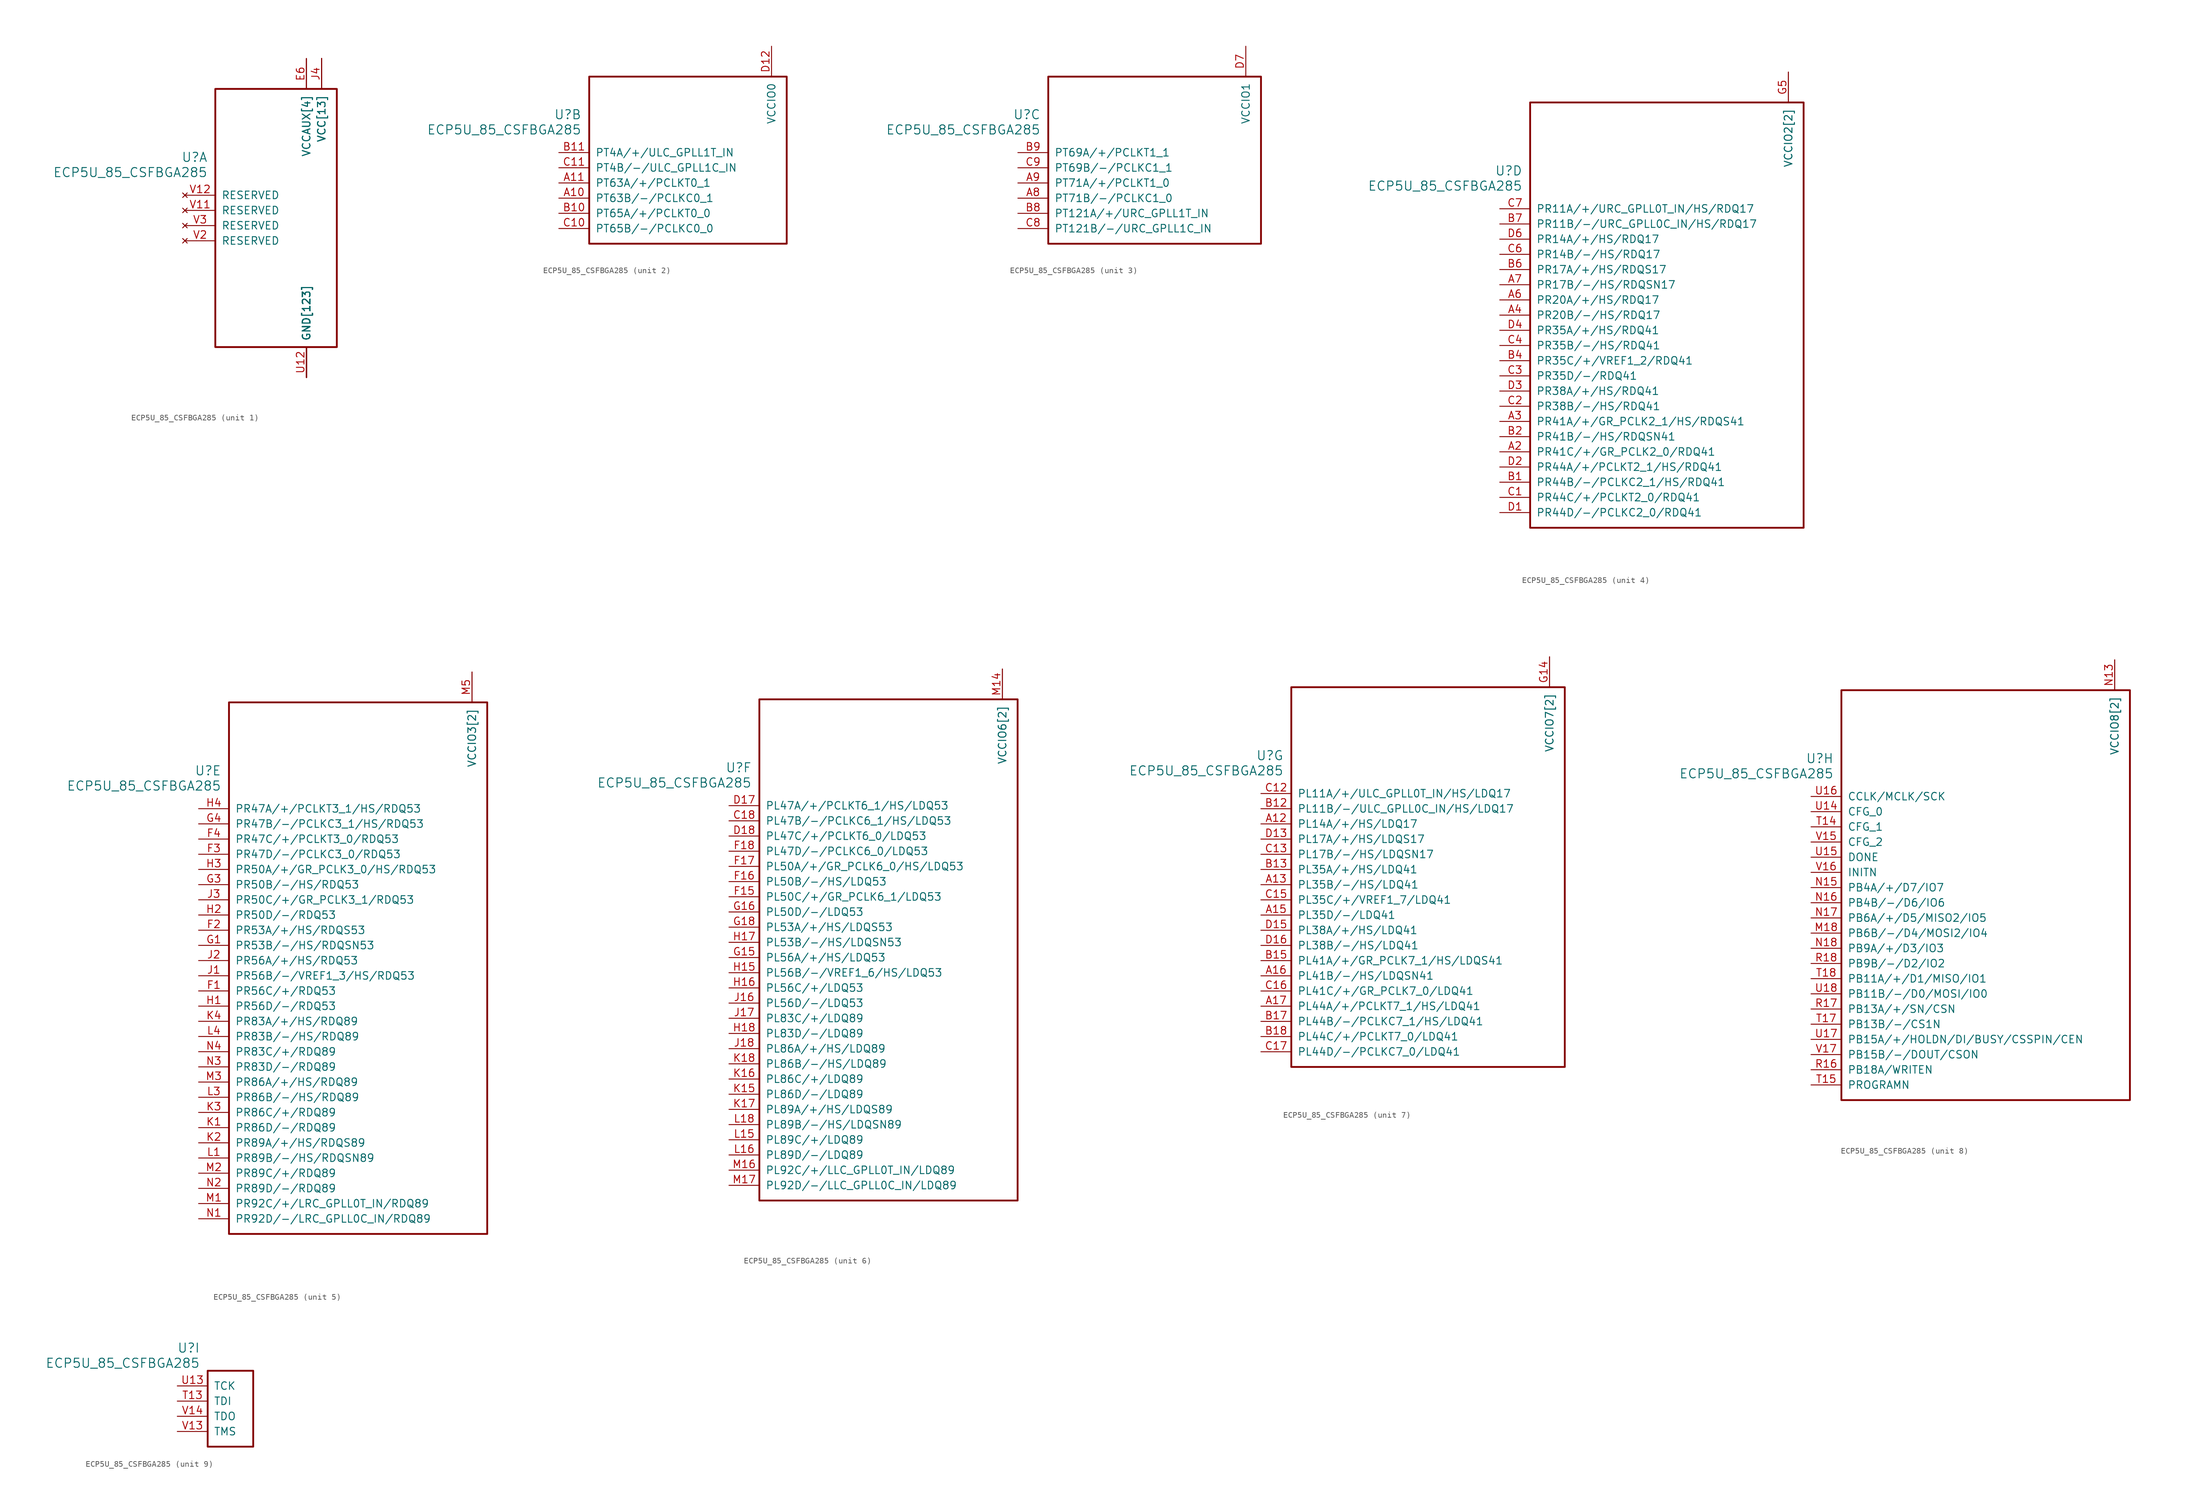
<source format=kicad_sym>
(kicad_symbol_lib
  (version 20231120)
  (generator "kicad_symbol_editor")
  (generator_version "8.0")
  (symbol "ECP5U_85_CSFBGA285"
    (pin_names
      (offset 1.016))
    (property "Reference" "U"
      (at 3.81 6.35 0)
      (effects (font (size 1.524 1.524)) (justify right)))
    (property "Value" "ECP5U_85_CSFBGA285"
      (at 3.81 3.81 0)
      (effects (font (size 1.524 1.524)) (justify right)))
    (property "ki_locked" ""
      (at 0 0 0)
      (effects (font (size 1.27 1.27))))
    (symbol "ECP5U_85_CSFBGA285_1_1"
      (rectangle (start 5.08 17.78) (end 25.4 -25.4) (stroke (width 0.305) (type default)) (fill (type none)))
      (pin power_in line (at 20.32 -30.48 90) (length 5.08) (name "GND[123]" (effects (font (size 1.27 1.27)))) (number "B16" (effects (font (size 0 0)))))
      (pin power_in line (at 20.32 -30.48 90) (length 5.08) (name "GND[123]" (effects (font (size 1.27 1.27)))) (number "B3" (effects (font (size 0 0)))))
      (pin power_in line (at 22.86 22.86 270) (length 5.08) (name "VCC[13]" (effects (font (size 1.27 1.27)))) (number "D10" (effects (font (size 0 0)))))
      (pin power_in line (at 22.86 22.86 270) (length 5.08) (name "VCC[13]" (effects (font (size 1.27 1.27)))) (number "D11" (effects (font (size 0 0)))))
      (pin power_in line (at 22.86 22.86 270) (length 5.08) (name "VCC[13]" (effects (font (size 1.27 1.27)))) (number "D8" (effects (font (size 0 0)))))
      (pin power_in line (at 22.86 22.86 270) (length 5.08) (name "VCC[13]" (effects (font (size 1.27 1.27)))) (number "D9" (effects (font (size 0 0)))))
      (pin power_in line (at 20.32 -30.48 90) (length 5.08) (name "GND[123]" (effects (font (size 1.27 1.27)))) (number "E10" (effects (font (size 0 0)))))
      (pin power_in line (at 20.32 -30.48 90) (length 5.08) (name "GND[123]" (effects (font (size 1.27 1.27)))) (number "E11" (effects (font (size 0 0)))))
      (pin power_in line (at 20.32 -30.48 90) (length 5.08) (name "GND[123]" (effects (font (size 1.27 1.27)))) (number "E12" (effects (font (size 0 0)))))
      (pin power_in line (at 20.32 22.86 270) (length 5.08) (name "VCCAUX[4]" (effects (font (size 1.27 1.27)))) (number "E13" (effects (font (size 0 0)))))
      (pin power_in line (at 20.32 -30.48 90) (length 5.08) (name "GND[123]" (effects (font (size 1.27 1.27)))) (number "E14" (effects (font (size 0 0)))))
      (pin power_in line (at 20.32 -30.48 90) (length 5.08) (name "GND[123]" (effects (font (size 1.27 1.27)))) (number "E5" (effects (font (size 0 0)))))
      (pin power_in line (at 20.32 22.86 270) (length 5.08) (name "VCCAUX[4]" (effects (font (size 1.27 1.27)))) (number "E6" (effects (font (size 1.27 1.27)))))
      (pin power_in line (at 20.32 -30.48 90) (length 5.08) (name "GND[123]" (effects (font (size 1.27 1.27)))) (number "E7" (effects (font (size 0 0)))))
      (pin power_in line (at 20.32 -30.48 90) (length 5.08) (name "GND[123]" (effects (font (size 1.27 1.27)))) (number "E8" (effects (font (size 0 0)))))
      (pin power_in line (at 20.32 -30.48 90) (length 5.08) (name "GND[123]" (effects (font (size 1.27 1.27)))) (number "E9" (effects (font (size 0 0)))))
      (pin power_in line (at 20.32 -30.48 90) (length 5.08) (name "GND[123]" (effects (font (size 1.27 1.27)))) (number "F10" (effects (font (size 0 0)))))
      (pin power_in line (at 20.32 -30.48 90) (length 5.08) (name "GND[123]" (effects (font (size 1.27 1.27)))) (number "F11" (effects (font (size 0 0)))))
      (pin power_in line (at 20.32 -30.48 90) (length 5.08) (name "GND[123]" (effects (font (size 1.27 1.27)))) (number "F12" (effects (font (size 0 0)))))
      (pin power_in line (at 20.32 -30.48 90) (length 5.08) (name "GND[123]" (effects (font (size 1.27 1.27)))) (number "F13" (effects (font (size 0 0)))))
      (pin power_in line (at 20.32 -30.48 90) (length 5.08) (name "GND[123]" (effects (font (size 1.27 1.27)))) (number "F14" (effects (font (size 0 0)))))
      (pin power_in line (at 20.32 -30.48 90) (length 5.08) (name "GND[123]" (effects (font (size 1.27 1.27)))) (number "F5" (effects (font (size 0 0)))))
      (pin power_in line (at 20.32 -30.48 90) (length 5.08) (name "GND[123]" (effects (font (size 1.27 1.27)))) (number "F6" (effects (font (size 0 0)))))
      (pin power_in line (at 20.32 -30.48 90) (length 5.08) (name "GND[123]" (effects (font (size 1.27 1.27)))) (number "F7" (effects (font (size 0 0)))))
      (pin power_in line (at 20.32 -30.48 90) (length 5.08) (name "GND[123]" (effects (font (size 1.27 1.27)))) (number "F8" (effects (font (size 0 0)))))
      (pin power_in line (at 20.32 -30.48 90) (length 5.08) (name "GND[123]" (effects (font (size 1.27 1.27)))) (number "F9" (effects (font (size 0 0)))))
      (pin power_in line (at 20.32 -30.48 90) (length 5.08) (name "GND[123]" (effects (font (size 1.27 1.27)))) (number "G10" (effects (font (size 0 0)))))
      (pin power_in line (at 20.32 -30.48 90) (length 5.08) (name "GND[123]" (effects (font (size 1.27 1.27)))) (number "G11" (effects (font (size 0 0)))))
      (pin power_in line (at 20.32 -30.48 90) (length 5.08) (name "GND[123]" (effects (font (size 1.27 1.27)))) (number "G12" (effects (font (size 0 0)))))
      (pin power_in line (at 20.32 -30.48 90) (length 5.08) (name "GND[123]" (effects (font (size 1.27 1.27)))) (number "G13" (effects (font (size 0 0)))))
      (pin power_in line (at 20.32 -30.48 90) (length 5.08) (name "GND[123]" (effects (font (size 1.27 1.27)))) (number "G17" (effects (font (size 0 0)))))
      (pin power_in line (at 20.32 -30.48 90) (length 5.08) (name "GND[123]" (effects (font (size 1.27 1.27)))) (number "G2" (effects (font (size 0 0)))))
      (pin power_in line (at 20.32 -30.48 90) (length 5.08) (name "GND[123]" (effects (font (size 1.27 1.27)))) (number "G6" (effects (font (size 0 0)))))
      (pin power_in line (at 20.32 -30.48 90) (length 5.08) (name "GND[123]" (effects (font (size 1.27 1.27)))) (number "G7" (effects (font (size 0 0)))))
      (pin power_in line (at 20.32 -30.48 90) (length 5.08) (name "GND[123]" (effects (font (size 1.27 1.27)))) (number "G8" (effects (font (size 0 0)))))
      (pin power_in line (at 20.32 -30.48 90) (length 5.08) (name "GND[123]" (effects (font (size 1.27 1.27)))) (number "G9" (effects (font (size 0 0)))))
      (pin power_in line (at 20.32 -30.48 90) (length 5.08) (name "GND[123]" (effects (font (size 1.27 1.27)))) (number "H10" (effects (font (size 0 0)))))
      (pin power_in line (at 20.32 -30.48 90) (length 5.08) (name "GND[123]" (effects (font (size 1.27 1.27)))) (number "H11" (effects (font (size 0 0)))))
      (pin power_in line (at 20.32 -30.48 90) (length 5.08) (name "GND[123]" (effects (font (size 1.27 1.27)))) (number "H12" (effects (font (size 0 0)))))
      (pin power_in line (at 20.32 -30.48 90) (length 5.08) (name "GND[123]" (effects (font (size 1.27 1.27)))) (number "H13" (effects (font (size 0 0)))))
      (pin power_in line (at 20.32 -30.48 90) (length 5.08) (name "GND[123]" (effects (font (size 1.27 1.27)))) (number "H6" (effects (font (size 0 0)))))
      (pin power_in line (at 20.32 -30.48 90) (length 5.08) (name "GND[123]" (effects (font (size 1.27 1.27)))) (number "H7" (effects (font (size 0 0)))))
      (pin power_in line (at 20.32 -30.48 90) (length 5.08) (name "GND[123]" (effects (font (size 1.27 1.27)))) (number "H8" (effects (font (size 0 0)))))
      (pin power_in line (at 20.32 -30.48 90) (length 5.08) (name "GND[123]" (effects (font (size 1.27 1.27)))) (number "H9" (effects (font (size 0 0)))))
      (pin power_in line (at 20.32 -30.48 90) (length 5.08) (name "GND[123]" (effects (font (size 1.27 1.27)))) (number "J10" (effects (font (size 0 0)))))
      (pin power_in line (at 20.32 -30.48 90) (length 5.08) (name "GND[123]" (effects (font (size 1.27 1.27)))) (number "J11" (effects (font (size 0 0)))))
      (pin power_in line (at 20.32 -30.48 90) (length 5.08) (name "GND[123]" (effects (font (size 1.27 1.27)))) (number "J12" (effects (font (size 0 0)))))
      (pin power_in line (at 20.32 -30.48 90) (length 5.08) (name "GND[123]" (effects (font (size 1.27 1.27)))) (number "J13" (effects (font (size 0 0)))))
      (pin power_in line (at 22.86 22.86 270) (length 5.08) (name "VCC[13]" (effects (font (size 1.27 1.27)))) (number "J14" (effects (font (size 0 0)))))
      (pin power_in line (at 22.86 22.86 270) (length 5.08) (name "VCC[13]" (effects (font (size 1.27 1.27)))) (number "J15" (effects (font (size 0 0)))))
      (pin power_in line (at 22.86 22.86 270) (length 5.08) (name "VCC[13]" (effects (font (size 1.27 1.27)))) (number "J4" (effects (font (size 1.27 1.27)))))
      (pin power_in line (at 22.86 22.86 270) (length 5.08) (name "VCC[13]" (effects (font (size 1.27 1.27)))) (number "J5" (effects (font (size 0 0)))))
      (pin power_in line (at 20.32 -30.48 90) (length 5.08) (name "GND[123]" (effects (font (size 1.27 1.27)))) (number "J6" (effects (font (size 0 0)))))
      (pin power_in line (at 20.32 -30.48 90) (length 5.08) (name "GND[123]" (effects (font (size 1.27 1.27)))) (number "J7" (effects (font (size 0 0)))))
      (pin power_in line (at 20.32 -30.48 90) (length 5.08) (name "GND[123]" (effects (font (size 1.27 1.27)))) (number "J8" (effects (font (size 0 0)))))
      (pin power_in line (at 20.32 -30.48 90) (length 5.08) (name "GND[123]" (effects (font (size 1.27 1.27)))) (number "J9" (effects (font (size 0 0)))))
      (pin power_in line (at 20.32 -30.48 90) (length 5.08) (name "GND[123]" (effects (font (size 1.27 1.27)))) (number "K10" (effects (font (size 0 0)))))
      (pin power_in line (at 20.32 -30.48 90) (length 5.08) (name "GND[123]" (effects (font (size 1.27 1.27)))) (number "K11" (effects (font (size 0 0)))))
      (pin power_in line (at 20.32 -30.48 90) (length 5.08) (name "GND[123]" (effects (font (size 1.27 1.27)))) (number "K12" (effects (font (size 0 0)))))
      (pin power_in line (at 20.32 -30.48 90) (length 5.08) (name "GND[123]" (effects (font (size 1.27 1.27)))) (number "K13" (effects (font (size 0 0)))))
      (pin power_in line (at 20.32 -30.48 90) (length 5.08) (name "GND[123]" (effects (font (size 1.27 1.27)))) (number "K14" (effects (font (size 0 0)))))
      (pin power_in line (at 20.32 -30.48 90) (length 5.08) (name "GND[123]" (effects (font (size 1.27 1.27)))) (number "K5" (effects (font (size 0 0)))))
      (pin power_in line (at 20.32 -30.48 90) (length 5.08) (name "GND[123]" (effects (font (size 1.27 1.27)))) (number "K6" (effects (font (size 0 0)))))
      (pin power_in line (at 20.32 -30.48 90) (length 5.08) (name "GND[123]" (effects (font (size 1.27 1.27)))) (number "K7" (effects (font (size 0 0)))))
      (pin power_in line (at 20.32 -30.48 90) (length 5.08) (name "GND[123]" (effects (font (size 1.27 1.27)))) (number "K8" (effects (font (size 0 0)))))
      (pin power_in line (at 20.32 -30.48 90) (length 5.08) (name "GND[123]" (effects (font (size 1.27 1.27)))) (number "K9" (effects (font (size 0 0)))))
      (pin power_in line (at 20.32 -30.48 90) (length 5.08) (name "GND[123]" (effects (font (size 1.27 1.27)))) (number "L10" (effects (font (size 0 0)))))
      (pin power_in line (at 20.32 -30.48 90) (length 5.08) (name "GND[123]" (effects (font (size 1.27 1.27)))) (number "L11" (effects (font (size 0 0)))))
      (pin power_in line (at 20.32 -30.48 90) (length 5.08) (name "GND[123]" (effects (font (size 1.27 1.27)))) (number "L12" (effects (font (size 0 0)))))
      (pin power_in line (at 20.32 -30.48 90) (length 5.08) (name "GND[123]" (effects (font (size 1.27 1.27)))) (number "L13" (effects (font (size 0 0)))))
      (pin power_in line (at 20.32 -30.48 90) (length 5.08) (name "GND[123]" (effects (font (size 1.27 1.27)))) (number "L14" (effects (font (size 0 0)))))
      (pin power_in line (at 20.32 -30.48 90) (length 5.08) (name "GND[123]" (effects (font (size 1.27 1.27)))) (number "L17" (effects (font (size 0 0)))))
      (pin power_in line (at 20.32 -30.48 90) (length 5.08) (name "GND[123]" (effects (font (size 1.27 1.27)))) (number "L2" (effects (font (size 0 0)))))
      (pin power_in line (at 20.32 -30.48 90) (length 5.08) (name "GND[123]" (effects (font (size 1.27 1.27)))) (number "L5" (effects (font (size 0 0)))))
      (pin power_in line (at 20.32 -30.48 90) (length 5.08) (name "GND[123]" (effects (font (size 1.27 1.27)))) (number "L6" (effects (font (size 0 0)))))
      (pin power_in line (at 20.32 -30.48 90) (length 5.08) (name "GND[123]" (effects (font (size 1.27 1.27)))) (number "L7" (effects (font (size 0 0)))))
      (pin power_in line (at 20.32 -30.48 90) (length 5.08) (name "GND[123]" (effects (font (size 1.27 1.27)))) (number "L8" (effects (font (size 0 0)))))
      (pin power_in line (at 20.32 -30.48 90) (length 5.08) (name "GND[123]" (effects (font (size 1.27 1.27)))) (number "L9" (effects (font (size 0 0)))))
      (pin power_in line (at 20.32 -30.48 90) (length 5.08) (name "GND[123]" (effects (font (size 1.27 1.27)))) (number "M10" (effects (font (size 0 0)))))
      (pin power_in line (at 20.32 -30.48 90) (length 5.08) (name "GND[123]" (effects (font (size 1.27 1.27)))) (number "M11" (effects (font (size 0 0)))))
      (pin power_in line (at 20.32 -30.48 90) (length 5.08) (name "GND[123]" (effects (font (size 1.27 1.27)))) (number "M12" (effects (font (size 0 0)))))
      (pin power_in line (at 20.32 -30.48 90) (length 5.08) (name "GND[123]" (effects (font (size 1.27 1.27)))) (number "M13" (effects (font (size 0 0)))))
      (pin power_in line (at 22.86 22.86 270) (length 5.08) (name "VCC[13]" (effects (font (size 1.27 1.27)))) (number "M15" (effects (font (size 0 0)))))
      (pin power_in line (at 22.86 22.86 270) (length 5.08) (name "VCC[13]" (effects (font (size 1.27 1.27)))) (number "M4" (effects (font (size 0 0)))))
      (pin power_in line (at 20.32 -30.48 90) (length 5.08) (name "GND[123]" (effects (font (size 1.27 1.27)))) (number "M6" (effects (font (size 0 0)))))
      (pin power_in line (at 20.32 -30.48 90) (length 5.08) (name "GND[123]" (effects (font (size 1.27 1.27)))) (number "M7" (effects (font (size 0 0)))))
      (pin power_in line (at 20.32 -30.48 90) (length 5.08) (name "GND[123]" (effects (font (size 1.27 1.27)))) (number "M8" (effects (font (size 0 0)))))
      (pin power_in line (at 20.32 -30.48 90) (length 5.08) (name "GND[123]" (effects (font (size 1.27 1.27)))) (number "M9" (effects (font (size 0 0)))))
      (pin power_in line (at 20.32 -30.48 90) (length 5.08) (name "GND[123]" (effects (font (size 1.27 1.27)))) (number "N10" (effects (font (size 0 0)))))
      (pin power_in line (at 20.32 -30.48 90) (length 5.08) (name "GND[123]" (effects (font (size 1.27 1.27)))) (number "N11" (effects (font (size 0 0)))))
      (pin power_in line (at 20.32 -30.48 90) (length 5.08) (name "GND[123]" (effects (font (size 1.27 1.27)))) (number "N12" (effects (font (size 0 0)))))
      (pin power_in line (at 20.32 22.86 270) (length 5.08) (name "VCCAUX[4]" (effects (font (size 1.27 1.27)))) (number "N6" (effects (font (size 0 0)))))
      (pin power_in line (at 20.32 -30.48 90) (length 5.08) (name "GND[123]" (effects (font (size 1.27 1.27)))) (number "N7" (effects (font (size 0 0)))))
      (pin power_in line (at 20.32 -30.48 90) (length 5.08) (name "GND[123]" (effects (font (size 1.27 1.27)))) (number "N8" (effects (font (size 0 0)))))
      (pin power_in line (at 20.32 -30.48 90) (length 5.08) (name "GND[123]" (effects (font (size 1.27 1.27)))) (number "N9" (effects (font (size 0 0)))))
      (pin power_in line (at 20.32 -30.48 90) (length 5.08) (name "GND[123]" (effects (font (size 1.27 1.27)))) (number "P10" (effects (font (size 0 0)))))
      (pin power_in line (at 22.86 22.86 270) (length 5.08) (name "VCC[13]" (effects (font (size 1.27 1.27)))) (number "P11" (effects (font (size 0 0)))))
      (pin power_in line (at 20.32 -30.48 90) (length 5.08) (name "GND[123]" (effects (font (size 1.27 1.27)))) (number "P12" (effects (font (size 0 0)))))
      (pin power_in line (at 20.32 22.86 270) (length 5.08) (name "VCCAUX[4]" (effects (font (size 1.27 1.27)))) (number "P13" (effects (font (size 0 0)))))
      (pin power_in line (at 20.32 -30.48 90) (length 5.08) (name "GND[123]" (effects (font (size 1.27 1.27)))) (number "P5" (effects (font (size 0 0)))))
      (pin power_in line (at 20.32 -30.48 90) (length 5.08) (name "GND[123]" (effects (font (size 1.27 1.27)))) (number "P6" (effects (font (size 0 0)))))
      (pin power_in line (at 22.86 22.86 270) (length 5.08) (name "VCC[13]" (effects (font (size 1.27 1.27)))) (number "P7" (effects (font (size 0 0)))))
      (pin power_in line (at 20.32 -30.48 90) (length 5.08) (name "GND[123]" (effects (font (size 1.27 1.27)))) (number "P8" (effects (font (size 0 0)))))
      (pin power_in line (at 22.86 22.86 270) (length 5.08) (name "VCC[13]" (effects (font (size 1.27 1.27)))) (number "P9" (effects (font (size 0 0)))))
      (pin power_in line (at 20.32 -30.48 90) (length 5.08) (name "GND[123]" (effects (font (size 1.27 1.27)))) (number "R1" (effects (font (size 0 0)))))
      (pin power_in line (at 20.32 -30.48 90) (length 5.08) (name "GND[123]" (effects (font (size 1.27 1.27)))) (number "R10" (effects (font (size 0 0)))))
      (pin power_in line (at 20.32 -30.48 90) (length 5.08) (name "GND[123]" (effects (font (size 1.27 1.27)))) (number "R2" (effects (font (size 0 0)))))
      (pin power_in line (at 20.32 -30.48 90) (length 5.08) (name "GND[123]" (effects (font (size 1.27 1.27)))) (number "R3" (effects (font (size 0 0)))))
      (pin power_in line (at 20.32 -30.48 90) (length 5.08) (name "GND[123]" (effects (font (size 1.27 1.27)))) (number "T1" (effects (font (size 0 0)))))
      (pin power_in line (at 20.32 -30.48 90) (length 5.08) (name "GND[123]" (effects (font (size 1.27 1.27)))) (number "T10" (effects (font (size 0 0)))))
      (pin power_in line (at 20.32 -30.48 90) (length 5.08) (name "GND[123]" (effects (font (size 1.27 1.27)))) (number "T11" (effects (font (size 0 0)))))
      (pin power_in line (at 20.32 -30.48 90) (length 5.08) (name "GND[123]" (effects (font (size 1.27 1.27)))) (number "T12" (effects (font (size 0 0)))))
      (pin power_in line (at 20.32 -30.48 90) (length 5.08) (name "GND[123]" (effects (font (size 1.27 1.27)))) (number "T16" (effects (font (size 0 0)))))
      (pin power_in line (at 20.32 -30.48 90) (length 5.08) (name "GND[123]" (effects (font (size 1.27 1.27)))) (number "T2" (effects (font (size 0 0)))))
      (pin power_in line (at 20.32 -30.48 90) (length 5.08) (name "GND[123]" (effects (font (size 1.27 1.27)))) (number "T3" (effects (font (size 0 0)))))
      (pin power_in line (at 20.32 -30.48 90) (length 5.08) (name "GND[123]" (effects (font (size 1.27 1.27)))) (number "T4" (effects (font (size 0 0)))))
      (pin power_in line (at 20.32 -30.48 90) (length 5.08) (name "GND[123]" (effects (font (size 1.27 1.27)))) (number "T5" (effects (font (size 0 0)))))
      (pin power_in line (at 20.32 -30.48 90) (length 5.08) (name "GND[123]" (effects (font (size 1.27 1.27)))) (number "T6" (effects (font (size 0 0)))))
      (pin power_in line (at 20.32 -30.48 90) (length 5.08) (name "GND[123]" (effects (font (size 1.27 1.27)))) (number "T7" (effects (font (size 0 0)))))
      (pin power_in line (at 20.32 -30.48 90) (length 5.08) (name "GND[123]" (effects (font (size 1.27 1.27)))) (number "T8" (effects (font (size 0 0)))))
      (pin power_in line (at 20.32 -30.48 90) (length 5.08) (name "GND[123]" (effects (font (size 1.27 1.27)))) (number "T9" (effects (font (size 0 0)))))
      (pin power_in line (at 20.32 -30.48 90) (length 5.08) (name "GND[123]" (effects (font (size 1.27 1.27)))) (number "U1" (effects (font (size 0 0)))))
      (pin power_in line (at 20.32 -30.48 90) (length 5.08) (name "GND[123]" (effects (font (size 1.27 1.27)))) (number "U10" (effects (font (size 0 0)))))
      (pin power_in line (at 20.32 -30.48 90) (length 5.08) (name "GND[123]" (effects (font (size 1.27 1.27)))) (number "U11" (effects (font (size 0 0)))))
      (pin power_in line (at 20.32 -30.48 90) (length 5.08) (name "GND[123]" (effects (font (size 1.27 1.27)))) (number "U12" (effects (font (size 1.27 1.27)))))
      (pin power_in line (at 20.32 -30.48 90) (length 5.08) (name "GND[123]" (effects (font (size 1.27 1.27)))) (number "U2" (effects (font (size 0 0)))))
      (pin power_in line (at 20.32 -30.48 90) (length 5.08) (name "GND[123]" (effects (font (size 1.27 1.27)))) (number "U3" (effects (font (size 0 0)))))
      (pin power_in line (at 20.32 -30.48 90) (length 5.08) (name "GND[123]" (effects (font (size 1.27 1.27)))) (number "U4" (effects (font (size 0 0)))))
      (pin power_in line (at 20.32 -30.48 90) (length 5.08) (name "GND[123]" (effects (font (size 1.27 1.27)))) (number "U5" (effects (font (size 0 0)))))
      (pin power_in line (at 20.32 -30.48 90) (length 5.08) (name "GND[123]" (effects (font (size 1.27 1.27)))) (number "U6" (effects (font (size 0 0)))))
      (pin power_in line (at 20.32 -30.48 90) (length 5.08) (name "GND[123]" (effects (font (size 1.27 1.27)))) (number "U7" (effects (font (size 0 0)))))
      (pin power_in line (at 20.32 -30.48 90) (length 5.08) (name "GND[123]" (effects (font (size 1.27 1.27)))) (number "U8" (effects (font (size 0 0)))))
      (pin power_in line (at 20.32 -30.48 90) (length 5.08) (name "GND[123]" (effects (font (size 1.27 1.27)))) (number "U9" (effects (font (size 0 0)))))
      (pin power_in line (at 20.32 -30.48 90) (length 5.08) (name "GND[123]" (effects (font (size 1.27 1.27)))) (number "V10" (effects (font (size 0 0)))))
      (pin no_connect line (at 0 -2.54 0) (length 5.08) (name "RESERVED" (effects (font (size 1.27 1.27)))) (number "V11" (effects (font (size 1.27 1.27)))))
      (pin no_connect line (at 0 0 0) (length 5.08) (name "RESERVED" (effects (font (size 1.27 1.27)))) (number "V12" (effects (font (size 1.27 1.27)))))
      (pin no_connect line (at 0 -7.62 0) (length 5.08) (name "RESERVED" (effects (font (size 1.27 1.27)))) (number "V2" (effects (font (size 1.27 1.27)))))
      (pin no_connect line (at 0 -5.08 0) (length 5.08) (name "RESERVED" (effects (font (size 1.27 1.27)))) (number "V3" (effects (font (size 1.27 1.27)))))
      (pin power_in line (at 20.32 -30.48 90) (length 5.08) (name "GND[123]" (effects (font (size 1.27 1.27)))) (number "V4" (effects (font (size 0 0)))))
      (pin power_in line (at 20.32 -30.48 90) (length 5.08) (name "GND[123]" (effects (font (size 1.27 1.27)))) (number "V5" (effects (font (size 0 0)))))
      (pin power_in line (at 20.32 -30.48 90) (length 5.08) (name "GND[123]" (effects (font (size 1.27 1.27)))) (number "V6" (effects (font (size 0 0)))))
      (pin power_in line (at 20.32 -30.48 90) (length 5.08) (name "GND[123]" (effects (font (size 1.27 1.27)))) (number "V7" (effects (font (size 0 0)))))
      (pin power_in line (at 20.32 -30.48 90) (length 5.08) (name "GND[123]" (effects (font (size 1.27 1.27)))) (number "V8" (effects (font (size 0 0)))))
      (pin power_in line (at 20.32 -30.48 90) (length 5.08) (name "GND[123]" (effects (font (size 1.27 1.27)))) (number "V9" (effects (font (size 0 0))))))
    (symbol "ECP5U_85_CSFBGA285_2_1"
      (rectangle (start 5.08 12.7) (end 38.1 -15.24) (stroke (width 0.305) (type default)) (fill (type none)))
      (pin bidirectional line (at 0 -7.62 0) (length 5.08) (name "PT63B/-/PCLKC0_1" (effects (font (size 1.27 1.27)))) (number "A10" (effects (font (size 1.27 1.27)))))
      (pin bidirectional line (at 0 -5.08 0) (length 5.08) (name "PT63A/+/PCLKT0_1" (effects (font (size 1.27 1.27)))) (number "A11" (effects (font (size 1.27 1.27)))))
      (pin bidirectional line (at 0 -10.16 0) (length 5.08) (name "PT65A/+/PCLKT0_0" (effects (font (size 1.27 1.27)))) (number "B10" (effects (font (size 1.27 1.27)))))
      (pin bidirectional line (at 0 0 0) (length 5.08) (name "PT4A/+/ULC_GPLL1T_IN" (effects (font (size 1.27 1.27)))) (number "B11" (effects (font (size 1.27 1.27)))))
      (pin bidirectional line (at 0 -12.7 0) (length 5.08) (name "PT65B/-/PCLKC0_0" (effects (font (size 1.27 1.27)))) (number "C10" (effects (font (size 1.27 1.27)))))
      (pin bidirectional line (at 0 -2.54 0) (length 5.08) (name "PT4B/-/ULC_GPLL1C_IN" (effects (font (size 1.27 1.27)))) (number "C11" (effects (font (size 1.27 1.27)))))
      (pin power_in line (at 35.56 17.78 270) (length 5.08) (name "VCCIO0" (effects (font (size 1.27 1.27)))) (number "D12" (effects (font (size 1.27 1.27))))))
    (symbol "ECP5U_85_CSFBGA285_3_1"
      (rectangle (start 5.08 12.7) (end 40.64 -15.24) (stroke (width 0.305) (type default)) (fill (type none)))
      (pin bidirectional line (at 0 -7.62 0) (length 5.08) (name "PT71B/-/PCLKC1_0" (effects (font (size 1.27 1.27)))) (number "A8" (effects (font (size 1.27 1.27)))))
      (pin bidirectional line (at 0 -5.08 0) (length 5.08) (name "PT71A/+/PCLKT1_0" (effects (font (size 1.27 1.27)))) (number "A9" (effects (font (size 1.27 1.27)))))
      (pin bidirectional line (at 0 -10.16 0) (length 5.08) (name "PT121A/+/URC_GPLL1T_IN" (effects (font (size 1.27 1.27)))) (number "B8" (effects (font (size 1.27 1.27)))))
      (pin bidirectional line (at 0 0 0) (length 5.08) (name "PT69A/+/PCLKT1_1" (effects (font (size 1.27 1.27)))) (number "B9" (effects (font (size 1.27 1.27)))))
      (pin bidirectional line (at 0 -12.7 0) (length 5.08) (name "PT121B/-/URC_GPLL1C_IN" (effects (font (size 1.27 1.27)))) (number "C8" (effects (font (size 1.27 1.27)))))
      (pin bidirectional line (at 0 -2.54 0) (length 5.08) (name "PT69B/-/PCLKC1_1" (effects (font (size 1.27 1.27)))) (number "C9" (effects (font (size 1.27 1.27)))))
      (pin power_in line (at 38.1 17.78 270) (length 5.08) (name "VCCIO1" (effects (font (size 1.27 1.27)))) (number "D7" (effects (font (size 1.27 1.27))))))
    (symbol "ECP5U_85_CSFBGA285_4_1"
      (rectangle (start 5.08 17.78) (end 50.8 -53.34) (stroke (width 0.305) (type default)) (fill (type none)))
      (pin bidirectional line (at 0 -40.64 0) (length 5.08) (name "PR41C/+/GR_PCLK2_0/RDQ41" (effects (font (size 1.27 1.27)))) (number "A2" (effects (font (size 1.27 1.27)))))
      (pin bidirectional line (at 0 -35.56 0) (length 5.08) (name "PR41A/+/GR_PCLK2_1/HS/RDQS41" (effects (font (size 1.27 1.27)))) (number "A3" (effects (font (size 1.27 1.27)))))
      (pin bidirectional line (at 0 -17.78 0) (length 5.08) (name "PR20B/-/HS/RDQ17" (effects (font (size 1.27 1.27)))) (number "A4" (effects (font (size 1.27 1.27)))))
      (pin bidirectional line (at 0 -15.24 0) (length 5.08) (name "PR20A/+/HS/RDQ17" (effects (font (size 1.27 1.27)))) (number "A6" (effects (font (size 1.27 1.27)))))
      (pin bidirectional line (at 0 -12.7 0) (length 5.08) (name "PR17B/-/HS/RDQSN17" (effects (font (size 1.27 1.27)))) (number "A7" (effects (font (size 1.27 1.27)))))
      (pin bidirectional line (at 0 -45.72 0) (length 5.08) (name "PR44B/-/PCLKC2_1/HS/RDQ41" (effects (font (size 1.27 1.27)))) (number "B1" (effects (font (size 1.27 1.27)))))
      (pin bidirectional line (at 0 -38.1 0) (length 5.08) (name "PR41B/-/HS/RDQSN41" (effects (font (size 1.27 1.27)))) (number "B2" (effects (font (size 1.27 1.27)))))
      (pin bidirectional line (at 0 -25.4 0) (length 5.08) (name "PR35C/+/VREF1_2/RDQ41" (effects (font (size 1.27 1.27)))) (number "B4" (effects (font (size 1.27 1.27)))))
      (pin bidirectional line (at 0 -10.16 0) (length 5.08) (name "PR17A/+/HS/RDQS17" (effects (font (size 1.27 1.27)))) (number "B6" (effects (font (size 1.27 1.27)))))
      (pin bidirectional line (at 0 -2.54 0) (length 5.08) (name "PR11B/-/URC_GPLL0C_IN/HS/RDQ17" (effects (font (size 1.27 1.27)))) (number "B7" (effects (font (size 1.27 1.27)))))
      (pin bidirectional line (at 0 -48.26 0) (length 5.08) (name "PR44C/+/PCLKT2_0/RDQ41" (effects (font (size 1.27 1.27)))) (number "C1" (effects (font (size 1.27 1.27)))))
      (pin bidirectional line (at 0 -33.02 0) (length 5.08) (name "PR38B/-/HS/RDQ41" (effects (font (size 1.27 1.27)))) (number "C2" (effects (font (size 1.27 1.27)))))
      (pin bidirectional line (at 0 -27.94 0) (length 5.08) (name "PR35D/-/RDQ41" (effects (font (size 1.27 1.27)))) (number "C3" (effects (font (size 1.27 1.27)))))
      (pin bidirectional line (at 0 -22.86 0) (length 5.08) (name "PR35B/-/HS/RDQ41" (effects (font (size 1.27 1.27)))) (number "C4" (effects (font (size 1.27 1.27)))))
      (pin bidirectional line (at 0 -7.62 0) (length 5.08) (name "PR14B/-/HS/RDQ17" (effects (font (size 1.27 1.27)))) (number "C6" (effects (font (size 1.27 1.27)))))
      (pin bidirectional line (at 0 0 0) (length 5.08) (name "PR11A/+/URC_GPLL0T_IN/HS/RDQ17" (effects (font (size 1.27 1.27)))) (number "C7" (effects (font (size 1.27 1.27)))))
      (pin bidirectional line (at 0 -50.8 0) (length 5.08) (name "PR44D/-/PCLKC2_0/RDQ41" (effects (font (size 1.27 1.27)))) (number "D1" (effects (font (size 1.27 1.27)))))
      (pin bidirectional line (at 0 -43.18 0) (length 5.08) (name "PR44A/+/PCLKT2_1/HS/RDQ41" (effects (font (size 1.27 1.27)))) (number "D2" (effects (font (size 1.27 1.27)))))
      (pin bidirectional line (at 0 -30.48 0) (length 5.08) (name "PR38A/+/HS/RDQ41" (effects (font (size 1.27 1.27)))) (number "D3" (effects (font (size 1.27 1.27)))))
      (pin bidirectional line (at 0 -20.32 0) (length 5.08) (name "PR35A/+/HS/RDQ41" (effects (font (size 1.27 1.27)))) (number "D4" (effects (font (size 1.27 1.27)))))
      (pin bidirectional line (at 0 -5.08 0) (length 5.08) (name "PR14A/+/HS/RDQ17" (effects (font (size 1.27 1.27)))) (number "D6" (effects (font (size 1.27 1.27)))))
      (pin power_in line (at 48.26 22.86 270) (length 5.08) (name "VCCIO2[2]" (effects (font (size 1.27 1.27)))) (number "G5" (effects (font (size 1.27 1.27)))))
      (pin power_in line (at 48.26 22.86 270) (length 5.08) (name "VCCIO2[2]" (effects (font (size 1.27 1.27)))) (number "H5" (effects (font (size 0 0))))))
    (symbol "ECP5U_85_CSFBGA285_5_1"
      (rectangle (start 5.08 17.78) (end 48.26 -71.12) (stroke (width 0.305) (type default)) (fill (type none)))
      (pin bidirectional line (at 0 -30.48 0) (length 5.08) (name "PR56C/+/RDQ53" (effects (font (size 1.27 1.27)))) (number "F1" (effects (font (size 1.27 1.27)))))
      (pin bidirectional line (at 0 -20.32 0) (length 5.08) (name "PR53A/+/HS/RDQS53" (effects (font (size 1.27 1.27)))) (number "F2" (effects (font (size 1.27 1.27)))))
      (pin bidirectional line (at 0 -7.62 0) (length 5.08) (name "PR47D/-/PCLKC3_0/RDQ53" (effects (font (size 1.27 1.27)))) (number "F3" (effects (font (size 1.27 1.27)))))
      (pin bidirectional line (at 0 -5.08 0) (length 5.08) (name "PR47C/+/PCLKT3_0/RDQ53" (effects (font (size 1.27 1.27)))) (number "F4" (effects (font (size 1.27 1.27)))))
      (pin bidirectional line (at 0 -22.86 0) (length 5.08) (name "PR53B/-/HS/RDQSN53" (effects (font (size 1.27 1.27)))) (number "G1" (effects (font (size 1.27 1.27)))))
      (pin bidirectional line (at 0 -12.7 0) (length 5.08) (name "PR50B/-/HS/RDQ53" (effects (font (size 1.27 1.27)))) (number "G3" (effects (font (size 1.27 1.27)))))
      (pin bidirectional line (at 0 -2.54 0) (length 5.08) (name "PR47B/-/PCLKC3_1/HS/RDQ53" (effects (font (size 1.27 1.27)))) (number "G4" (effects (font (size 1.27 1.27)))))
      (pin bidirectional line (at 0 -33.02 0) (length 5.08) (name "PR56D/-/RDQ53" (effects (font (size 1.27 1.27)))) (number "H1" (effects (font (size 1.27 1.27)))))
      (pin bidirectional line (at 0 -17.78 0) (length 5.08) (name "PR50D/-/RDQ53" (effects (font (size 1.27 1.27)))) (number "H2" (effects (font (size 1.27 1.27)))))
      (pin bidirectional line (at 0 -10.16 0) (length 5.08) (name "PR50A/+/GR_PCLK3_0/HS/RDQ53" (effects (font (size 1.27 1.27)))) (number "H3" (effects (font (size 1.27 1.27)))))
      (pin bidirectional line (at 0 0 0) (length 5.08) (name "PR47A/+/PCLKT3_1/HS/RDQ53" (effects (font (size 1.27 1.27)))) (number "H4" (effects (font (size 1.27 1.27)))))
      (pin bidirectional line (at 0 -27.94 0) (length 5.08) (name "PR56B/-/VREF1_3/HS/RDQ53" (effects (font (size 1.27 1.27)))) (number "J1" (effects (font (size 1.27 1.27)))))
      (pin bidirectional line (at 0 -25.4 0) (length 5.08) (name "PR56A/+/HS/RDQ53" (effects (font (size 1.27 1.27)))) (number "J2" (effects (font (size 1.27 1.27)))))
      (pin bidirectional line (at 0 -15.24 0) (length 5.08) (name "PR50C/+/GR_PCLK3_1/RDQ53" (effects (font (size 1.27 1.27)))) (number "J3" (effects (font (size 1.27 1.27)))))
      (pin bidirectional line (at 0 -53.34 0) (length 5.08) (name "PR86D/-/RDQ89" (effects (font (size 1.27 1.27)))) (number "K1" (effects (font (size 1.27 1.27)))))
      (pin bidirectional line (at 0 -55.88 0) (length 5.08) (name "PR89A/+/HS/RDQS89" (effects (font (size 1.27 1.27)))) (number "K2" (effects (font (size 1.27 1.27)))))
      (pin bidirectional line (at 0 -50.8 0) (length 5.08) (name "PR86C/+/RDQ89" (effects (font (size 1.27 1.27)))) (number "K3" (effects (font (size 1.27 1.27)))))
      (pin bidirectional line (at 0 -35.56 0) (length 5.08) (name "PR83A/+/HS/RDQ89" (effects (font (size 1.27 1.27)))) (number "K4" (effects (font (size 1.27 1.27)))))
      (pin bidirectional line (at 0 -58.42 0) (length 5.08) (name "PR89B/-/HS/RDQSN89" (effects (font (size 1.27 1.27)))) (number "L1" (effects (font (size 1.27 1.27)))))
      (pin bidirectional line (at 0 -48.26 0) (length 5.08) (name "PR86B/-/HS/RDQ89" (effects (font (size 1.27 1.27)))) (number "L3" (effects (font (size 1.27 1.27)))))
      (pin bidirectional line (at 0 -38.1 0) (length 5.08) (name "PR83B/-/HS/RDQ89" (effects (font (size 1.27 1.27)))) (number "L4" (effects (font (size 1.27 1.27)))))
      (pin bidirectional line (at 0 -66.04 0) (length 5.08) (name "PR92C/+/LRC_GPLL0T_IN/RDQ89" (effects (font (size 1.27 1.27)))) (number "M1" (effects (font (size 1.27 1.27)))))
      (pin bidirectional line (at 0 -60.96 0) (length 5.08) (name "PR89C/+/RDQ89" (effects (font (size 1.27 1.27)))) (number "M2" (effects (font (size 1.27 1.27)))))
      (pin bidirectional line (at 0 -45.72 0) (length 5.08) (name "PR86A/+/HS/RDQ89" (effects (font (size 1.27 1.27)))) (number "M3" (effects (font (size 1.27 1.27)))))
      (pin power_in line (at 45.72 22.86 270) (length 5.08) (name "VCCIO3[2]" (effects (font (size 1.27 1.27)))) (number "M5" (effects (font (size 1.27 1.27)))))
      (pin bidirectional line (at 0 -68.58 0) (length 5.08) (name "PR92D/-/LRC_GPLL0C_IN/RDQ89" (effects (font (size 1.27 1.27)))) (number "N1" (effects (font (size 1.27 1.27)))))
      (pin bidirectional line (at 0 -63.5 0) (length 5.08) (name "PR89D/-/RDQ89" (effects (font (size 1.27 1.27)))) (number "N2" (effects (font (size 1.27 1.27)))))
      (pin bidirectional line (at 0 -43.18 0) (length 5.08) (name "PR83D/-/RDQ89" (effects (font (size 1.27 1.27)))) (number "N3" (effects (font (size 1.27 1.27)))))
      (pin bidirectional line (at 0 -40.64 0) (length 5.08) (name "PR83C/+/RDQ89" (effects (font (size 1.27 1.27)))) (number "N4" (effects (font (size 1.27 1.27)))))
      (pin power_in line (at 45.72 22.86 270) (length 5.08) (name "VCCIO3[2]" (effects (font (size 1.27 1.27)))) (number "N5" (effects (font (size 0 0))))))
    (symbol "ECP5U_85_CSFBGA285_6_1"
      (rectangle (start 5.08 17.78) (end 48.26 -66.04) (stroke (width 0.305) (type default)) (fill (type none)))
      (pin bidirectional line (at 0 -2.54 0) (length 5.08) (name "PL47B/-/PCLKC6_1/HS/LDQ53" (effects (font (size 1.27 1.27)))) (number "C18" (effects (font (size 1.27 1.27)))))
      (pin bidirectional line (at 0 0 0) (length 5.08) (name "PL47A/+/PCLKT6_1/HS/LDQ53" (effects (font (size 1.27 1.27)))) (number "D17" (effects (font (size 1.27 1.27)))))
      (pin bidirectional line (at 0 -5.08 0) (length 5.08) (name "PL47C/+/PCLKT6_0/LDQ53" (effects (font (size 1.27 1.27)))) (number "D18" (effects (font (size 1.27 1.27)))))
      (pin bidirectional line (at 0 -15.24 0) (length 5.08) (name "PL50C/+/GR_PCLK6_1/LDQ53" (effects (font (size 1.27 1.27)))) (number "F15" (effects (font (size 1.27 1.27)))))
      (pin bidirectional line (at 0 -12.7 0) (length 5.08) (name "PL50B/-/HS/LDQ53" (effects (font (size 1.27 1.27)))) (number "F16" (effects (font (size 1.27 1.27)))))
      (pin bidirectional line (at 0 -10.16 0) (length 5.08) (name "PL50A/+/GR_PCLK6_0/HS/LDQ53" (effects (font (size 1.27 1.27)))) (number "F17" (effects (font (size 1.27 1.27)))))
      (pin bidirectional line (at 0 -7.62 0) (length 5.08) (name "PL47D/-/PCLKC6_0/LDQ53" (effects (font (size 1.27 1.27)))) (number "F18" (effects (font (size 1.27 1.27)))))
      (pin bidirectional line (at 0 -25.4 0) (length 5.08) (name "PL56A/+/HS/LDQ53" (effects (font (size 1.27 1.27)))) (number "G15" (effects (font (size 1.27 1.27)))))
      (pin bidirectional line (at 0 -17.78 0) (length 5.08) (name "PL50D/-/LDQ53" (effects (font (size 1.27 1.27)))) (number "G16" (effects (font (size 1.27 1.27)))))
      (pin bidirectional line (at 0 -20.32 0) (length 5.08) (name "PL53A/+/HS/LDQS53" (effects (font (size 1.27 1.27)))) (number "G18" (effects (font (size 1.27 1.27)))))
      (pin bidirectional line (at 0 -27.94 0) (length 5.08) (name "PL56B/-/VREF1_6/HS/LDQ53" (effects (font (size 1.27 1.27)))) (number "H15" (effects (font (size 1.27 1.27)))))
      (pin bidirectional line (at 0 -30.48 0) (length 5.08) (name "PL56C/+/LDQ53" (effects (font (size 1.27 1.27)))) (number "H16" (effects (font (size 1.27 1.27)))))
      (pin bidirectional line (at 0 -22.86 0) (length 5.08) (name "PL53B/-/HS/LDQSN53" (effects (font (size 1.27 1.27)))) (number "H17" (effects (font (size 1.27 1.27)))))
      (pin bidirectional line (at 0 -38.1 0) (length 5.08) (name "PL83D/-/LDQ89" (effects (font (size 1.27 1.27)))) (number "H18" (effects (font (size 1.27 1.27)))))
      (pin bidirectional line (at 0 -33.02 0) (length 5.08) (name "PL56D/-/LDQ53" (effects (font (size 1.27 1.27)))) (number "J16" (effects (font (size 1.27 1.27)))))
      (pin bidirectional line (at 0 -35.56 0) (length 5.08) (name "PL83C/+/LDQ89" (effects (font (size 1.27 1.27)))) (number "J17" (effects (font (size 1.27 1.27)))))
      (pin bidirectional line (at 0 -40.64 0) (length 5.08) (name "PL86A/+/HS/LDQ89" (effects (font (size 1.27 1.27)))) (number "J18" (effects (font (size 1.27 1.27)))))
      (pin bidirectional line (at 0 -48.26 0) (length 5.08) (name "PL86D/-/LDQ89" (effects (font (size 1.27 1.27)))) (number "K15" (effects (font (size 1.27 1.27)))))
      (pin bidirectional line (at 0 -45.72 0) (length 5.08) (name "PL86C/+/LDQ89" (effects (font (size 1.27 1.27)))) (number "K16" (effects (font (size 1.27 1.27)))))
      (pin bidirectional line (at 0 -50.8 0) (length 5.08) (name "PL89A/+/HS/LDQS89" (effects (font (size 1.27 1.27)))) (number "K17" (effects (font (size 1.27 1.27)))))
      (pin bidirectional line (at 0 -43.18 0) (length 5.08) (name "PL86B/-/HS/LDQ89" (effects (font (size 1.27 1.27)))) (number "K18" (effects (font (size 1.27 1.27)))))
      (pin bidirectional line (at 0 -55.88 0) (length 5.08) (name "PL89C/+/LDQ89" (effects (font (size 1.27 1.27)))) (number "L15" (effects (font (size 1.27 1.27)))))
      (pin bidirectional line (at 0 -58.42 0) (length 5.08) (name "PL89D/-/LDQ89" (effects (font (size 1.27 1.27)))) (number "L16" (effects (font (size 1.27 1.27)))))
      (pin bidirectional line (at 0 -53.34 0) (length 5.08) (name "PL89B/-/HS/LDQSN89" (effects (font (size 1.27 1.27)))) (number "L18" (effects (font (size 1.27 1.27)))))
      (pin power_in line (at 45.72 22.86 270) (length 5.08) (name "VCCIO6[2]" (effects (font (size 1.27 1.27)))) (number "M14" (effects (font (size 1.27 1.27)))))
      (pin bidirectional line (at 0 -60.96 0) (length 5.08) (name "PL92C/+/LLC_GPLL0T_IN/LDQ89" (effects (font (size 1.27 1.27)))) (number "M16" (effects (font (size 1.27 1.27)))))
      (pin bidirectional line (at 0 -63.5 0) (length 5.08) (name "PL92D/-/LLC_GPLL0C_IN/LDQ89" (effects (font (size 1.27 1.27)))) (number "M17" (effects (font (size 1.27 1.27)))))
      (pin power_in line (at 45.72 22.86 270) (length 5.08) (name "VCCIO6[2]" (effects (font (size 1.27 1.27)))) (number "N14" (effects (font (size 0 0))))))
    (symbol "ECP5U_85_CSFBGA285_7_1"
      (rectangle (start 5.08 17.78) (end 50.8 -45.72) (stroke (width 0.305) (type default)) (fill (type none)))
      (pin bidirectional line (at 0 -5.08 0) (length 5.08) (name "PL14A/+/HS/LDQ17" (effects (font (size 1.27 1.27)))) (number "A12" (effects (font (size 1.27 1.27)))))
      (pin bidirectional line (at 0 -15.24 0) (length 5.08) (name "PL35B/-/HS/LDQ41" (effects (font (size 1.27 1.27)))) (number "A13" (effects (font (size 1.27 1.27)))))
      (pin bidirectional line (at 0 -20.32 0) (length 5.08) (name "PL35D/-/LDQ41" (effects (font (size 1.27 1.27)))) (number "A15" (effects (font (size 1.27 1.27)))))
      (pin bidirectional line (at 0 -30.48 0) (length 5.08) (name "PL41B/-/HS/LDQSN41" (effects (font (size 1.27 1.27)))) (number "A16" (effects (font (size 1.27 1.27)))))
      (pin bidirectional line (at 0 -35.56 0) (length 5.08) (name "PL44A/+/PCLKT7_1/HS/LDQ41" (effects (font (size 1.27 1.27)))) (number "A17" (effects (font (size 1.27 1.27)))))
      (pin bidirectional line (at 0 -2.54 0) (length 5.08) (name "PL11B/-/ULC_GPLL0C_IN/HS/LDQ17" (effects (font (size 1.27 1.27)))) (number "B12" (effects (font (size 1.27 1.27)))))
      (pin bidirectional line (at 0 -12.7 0) (length 5.08) (name "PL35A/+/HS/LDQ41" (effects (font (size 1.27 1.27)))) (number "B13" (effects (font (size 1.27 1.27)))))
      (pin bidirectional line (at 0 -27.94 0) (length 5.08) (name "PL41A/+/GR_PCLK7_1/HS/LDQS41" (effects (font (size 1.27 1.27)))) (number "B15" (effects (font (size 1.27 1.27)))))
      (pin bidirectional line (at 0 -38.1 0) (length 5.08) (name "PL44B/-/PCLKC7_1/HS/LDQ41" (effects (font (size 1.27 1.27)))) (number "B17" (effects (font (size 1.27 1.27)))))
      (pin bidirectional line (at 0 -40.64 0) (length 5.08) (name "PL44C/+/PCLKT7_0/LDQ41" (effects (font (size 1.27 1.27)))) (number "B18" (effects (font (size 1.27 1.27)))))
      (pin bidirectional line (at 0 0 0) (length 5.08) (name "PL11A/+/ULC_GPLL0T_IN/HS/LDQ17" (effects (font (size 1.27 1.27)))) (number "C12" (effects (font (size 1.27 1.27)))))
      (pin bidirectional line (at 0 -10.16 0) (length 5.08) (name "PL17B/-/HS/LDQSN17" (effects (font (size 1.27 1.27)))) (number "C13" (effects (font (size 1.27 1.27)))))
      (pin bidirectional line (at 0 -17.78 0) (length 5.08) (name "PL35C/+/VREF1_7/LDQ41" (effects (font (size 1.27 1.27)))) (number "C15" (effects (font (size 1.27 1.27)))))
      (pin bidirectional line (at 0 -33.02 0) (length 5.08) (name "PL41C/+/GR_PCLK7_0/LDQ41" (effects (font (size 1.27 1.27)))) (number "C16" (effects (font (size 1.27 1.27)))))
      (pin bidirectional line (at 0 -43.18 0) (length 5.08) (name "PL44D/-/PCLKC7_0/LDQ41" (effects (font (size 1.27 1.27)))) (number "C17" (effects (font (size 1.27 1.27)))))
      (pin bidirectional line (at 0 -7.62 0) (length 5.08) (name "PL17A/+/HS/LDQS17" (effects (font (size 1.27 1.27)))) (number "D13" (effects (font (size 1.27 1.27)))))
      (pin bidirectional line (at 0 -22.86 0) (length 5.08) (name "PL38A/+/HS/LDQ41" (effects (font (size 1.27 1.27)))) (number "D15" (effects (font (size 1.27 1.27)))))
      (pin bidirectional line (at 0 -25.4 0) (length 5.08) (name "PL38B/-/HS/LDQ41" (effects (font (size 1.27 1.27)))) (number "D16" (effects (font (size 1.27 1.27)))))
      (pin power_in line (at 48.26 22.86 270) (length 5.08) (name "VCCIO7[2]" (effects (font (size 1.27 1.27)))) (number "G14" (effects (font (size 1.27 1.27)))))
      (pin power_in line (at 48.26 22.86 270) (length 5.08) (name "VCCIO7[2]" (effects (font (size 1.27 1.27)))) (number "H14" (effects (font (size 0 0))))))
    (symbol "ECP5U_85_CSFBGA285_8_1"
      (rectangle (start 5.08 17.78) (end 53.34 -50.8) (stroke (width 0.305) (type default)) (fill (type none)))
      (pin bidirectional line (at 0 -22.86 0) (length 5.08) (name "PB6B/-/D4/MOSI2/IO4" (effects (font (size 1.27 1.27)))) (number "M18" (effects (font (size 1.27 1.27)))))
      (pin power_in line (at 50.8 22.86 270) (length 5.08) (name "VCCIO8[2]" (effects (font (size 1.27 1.27)))) (number "N13" (effects (font (size 1.27 1.27)))))
      (pin bidirectional line (at 0 -15.24 0) (length 5.08) (name "PB4A/+/D7/IO7" (effects (font (size 1.27 1.27)))) (number "N15" (effects (font (size 1.27 1.27)))))
      (pin bidirectional line (at 0 -17.78 0) (length 5.08) (name "PB4B/-/D6/IO6" (effects (font (size 1.27 1.27)))) (number "N16" (effects (font (size 1.27 1.27)))))
      (pin bidirectional line (at 0 -20.32 0) (length 5.08) (name "PB6A/+/D5/MISO2/IO5" (effects (font (size 1.27 1.27)))) (number "N17" (effects (font (size 1.27 1.27)))))
      (pin bidirectional line (at 0 -25.4 0) (length 5.08) (name "PB9A/+/D3/IO3" (effects (font (size 1.27 1.27)))) (number "N18" (effects (font (size 1.27 1.27)))))
      (pin power_in line (at 50.8 22.86 270) (length 5.08) (name "VCCIO8[2]" (effects (font (size 1.27 1.27)))) (number "P14" (effects (font (size 0 0)))))
      (pin bidirectional line (at 0 -45.72 0) (length 5.08) (name "PB18A/WRITEN" (effects (font (size 1.27 1.27)))) (number "R16" (effects (font (size 1.27 1.27)))))
      (pin bidirectional line (at 0 -35.56 0) (length 5.08) (name "PB13A/+/SN/CSN" (effects (font (size 1.27 1.27)))) (number "R17" (effects (font (size 1.27 1.27)))))
      (pin bidirectional line (at 0 -27.94 0) (length 5.08) (name "PB9B/-/D2/IO2" (effects (font (size 1.27 1.27)))) (number "R18" (effects (font (size 1.27 1.27)))))
      (pin bidirectional line (at 0 -5.08 0) (length 5.08) (name "CFG_1" (effects (font (size 1.27 1.27)))) (number "T14" (effects (font (size 1.27 1.27)))))
      (pin bidirectional line (at 0 -48.26 0) (length 5.08) (name "PROGRAMN" (effects (font (size 1.27 1.27)))) (number "T15" (effects (font (size 1.27 1.27)))))
      (pin bidirectional line (at 0 -38.1 0) (length 5.08) (name "PB13B/-/CS1N" (effects (font (size 1.27 1.27)))) (number "T17" (effects (font (size 1.27 1.27)))))
      (pin bidirectional line (at 0 -30.48 0) (length 5.08) (name "PB11A/+/D1/MISO/IO1" (effects (font (size 1.27 1.27)))) (number "T18" (effects (font (size 1.27 1.27)))))
      (pin bidirectional line (at 0 -2.54 0) (length 5.08) (name "CFG_0" (effects (font (size 1.27 1.27)))) (number "U14" (effects (font (size 1.27 1.27)))))
      (pin bidirectional line (at 0 -10.16 0) (length 5.08) (name "DONE" (effects (font (size 1.27 1.27)))) (number "U15" (effects (font (size 1.27 1.27)))))
      (pin bidirectional line (at 0 0 0) (length 5.08) (name "CCLK/MCLK/SCK" (effects (font (size 1.27 1.27)))) (number "U16" (effects (font (size 1.27 1.27)))))
      (pin bidirectional line (at 0 -40.64 0) (length 5.08) (name "PB15A/+/HOLDN/DI/BUSY/CSSPIN/CEN" (effects (font (size 1.27 1.27)))) (number "U17" (effects (font (size 1.27 1.27)))))
      (pin bidirectional line (at 0 -33.02 0) (length 5.08) (name "PB11B/-/D0/MOSI/IO0" (effects (font (size 1.27 1.27)))) (number "U18" (effects (font (size 1.27 1.27)))))
      (pin bidirectional line (at 0 -7.62 0) (length 5.08) (name "CFG_2" (effects (font (size 1.27 1.27)))) (number "V15" (effects (font (size 1.27 1.27)))))
      (pin bidirectional line (at 0 -12.7 0) (length 5.08) (name "INITN" (effects (font (size 1.27 1.27)))) (number "V16" (effects (font (size 1.27 1.27)))))
      (pin bidirectional line (at 0 -43.18 0) (length 5.08) (name "PB15B/-/DOUT/CSON" (effects (font (size 1.27 1.27)))) (number "V17" (effects (font (size 1.27 1.27))))))
    (symbol "ECP5U_85_CSFBGA285_9_1"
      (rectangle (start 5.08 2.54) (end 12.7 -10.16) (stroke (width 0.305) (type default)) (fill (type none)))
      (pin bidirectional line (at 0 -2.54 0) (length 5.08) (name "TDI" (effects (font (size 1.27 1.27)))) (number "T13" (effects (font (size 1.27 1.27)))))
      (pin bidirectional line (at 0 0 0) (length 5.08) (name "TCK" (effects (font (size 1.27 1.27)))) (number "U13" (effects (font (size 1.27 1.27)))))
      (pin bidirectional line (at 0 -7.62 0) (length 5.08) (name "TMS" (effects (font (size 1.27 1.27)))) (number "V13" (effects (font (size 1.27 1.27)))))
      (pin bidirectional line (at 0 -5.08 0) (length 5.08) (name "TDO" (effects (font (size 1.27 1.27)))) (number "V14" (effects (font (size 1.27 1.27))))))))
</source>
